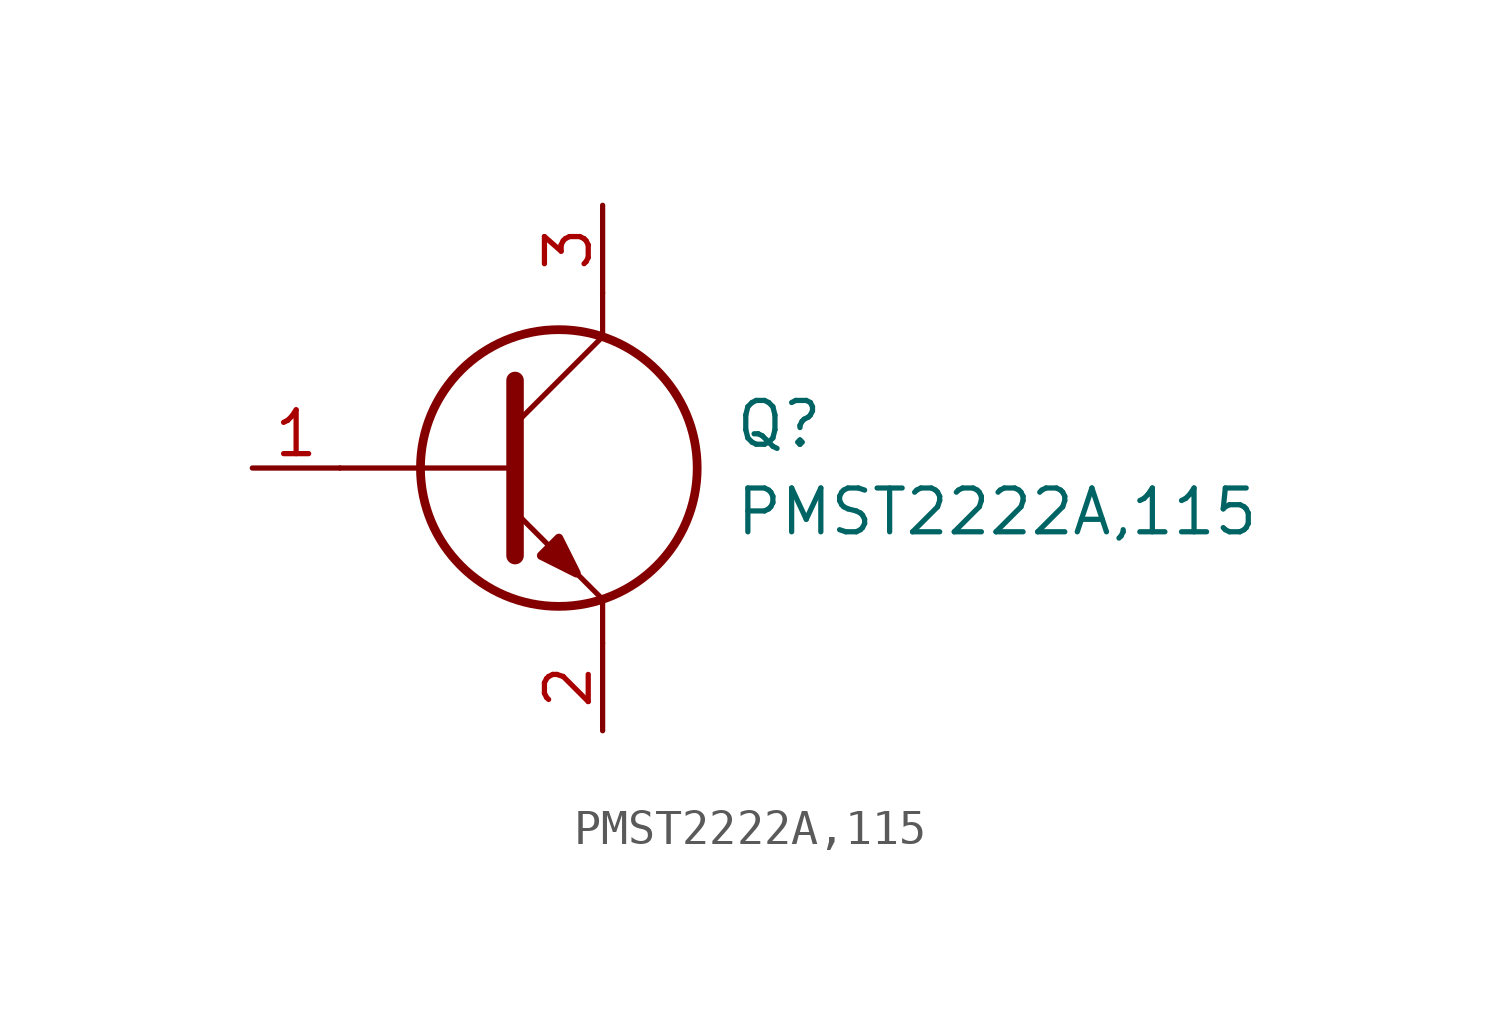
<source format=kicad_sym>
(kicad_symbol_lib
  (version 20211014)
  (generator kicad_symbol_editor)
  (symbol "PMST2222A,115"
    (pin_names
      (offset 0.762))
    (property "Reference" "Q"
      (at 13.97 1.27 0)
      (effects (font (size 1.27 1.27)) (justify left)))
    (property "Value" "PMST2222A,115"
      (at 13.97 -1.27 0)
      (effects (font (size 1.27 1.27)) (justify left)))
    (symbol "PMST2222A,115_0_0"
      (pin passive line (at 0 0 0) (length 2.54) (name "~" (effects (font (size 1.27 1.27)))) (number "1" (effects (font (size 1.27 1.27)))))
      (pin passive line (at 10.16 -7.62 90) (length 2.54) (name "~" (effects (font (size 1.27 1.27)))) (number "2" (effects (font (size 1.27 1.27)))))
      (pin passive line (at 10.16 7.62 270) (length 2.54) (name "~" (effects (font (size 1.27 1.27)))) (number "3" (effects (font (size 1.27 1.27))))))
    (symbol "PMST2222A,115_0_1"
      (polyline (pts (xy 2.54 0) (xy 7.62 0)) (stroke (width 0.152) (type default) (color 0 0 0 0)) (fill (type none)))
      (polyline (pts (xy 7.62 -1.27) (xy 10.16 -3.81)) (stroke (width 0.152) (type default) (color 0 0 0 0)) (fill (type none)))
      (polyline (pts (xy 7.62 1.27) (xy 10.16 3.81)) (stroke (width 0.152) (type default) (color 0 0 0 0)) (fill (type none)))
      (polyline (pts (xy 7.62 2.54) (xy 7.62 -2.54)) (stroke (width 0.508) (type default) (color 0 0 0 0)) (fill (type none)))
      (polyline (pts (xy 10.16 -3.81) (xy 10.16 -5.08)) (stroke (width 0.152) (type default) (color 0 0 0 0)) (fill (type none)))
      (polyline (pts (xy 10.16 3.81) (xy 10.16 5.08)) (stroke (width 0.152) (type default) (color 0 0 0 0)) (fill (type none)))
      (polyline (pts (xy 8.382 -2.54) (xy 8.89 -2.032) (xy 9.398 -3.048) (xy 8.382 -2.54)) (stroke (width 0.254) (type default) (color 0 0 0 0)) (fill (type outline)))
      (circle (center 8.89 0) (radius 4.013) (stroke (width 0.254) (type default) (color 0 0 0 0)) (fill (type none))))))
</source>
